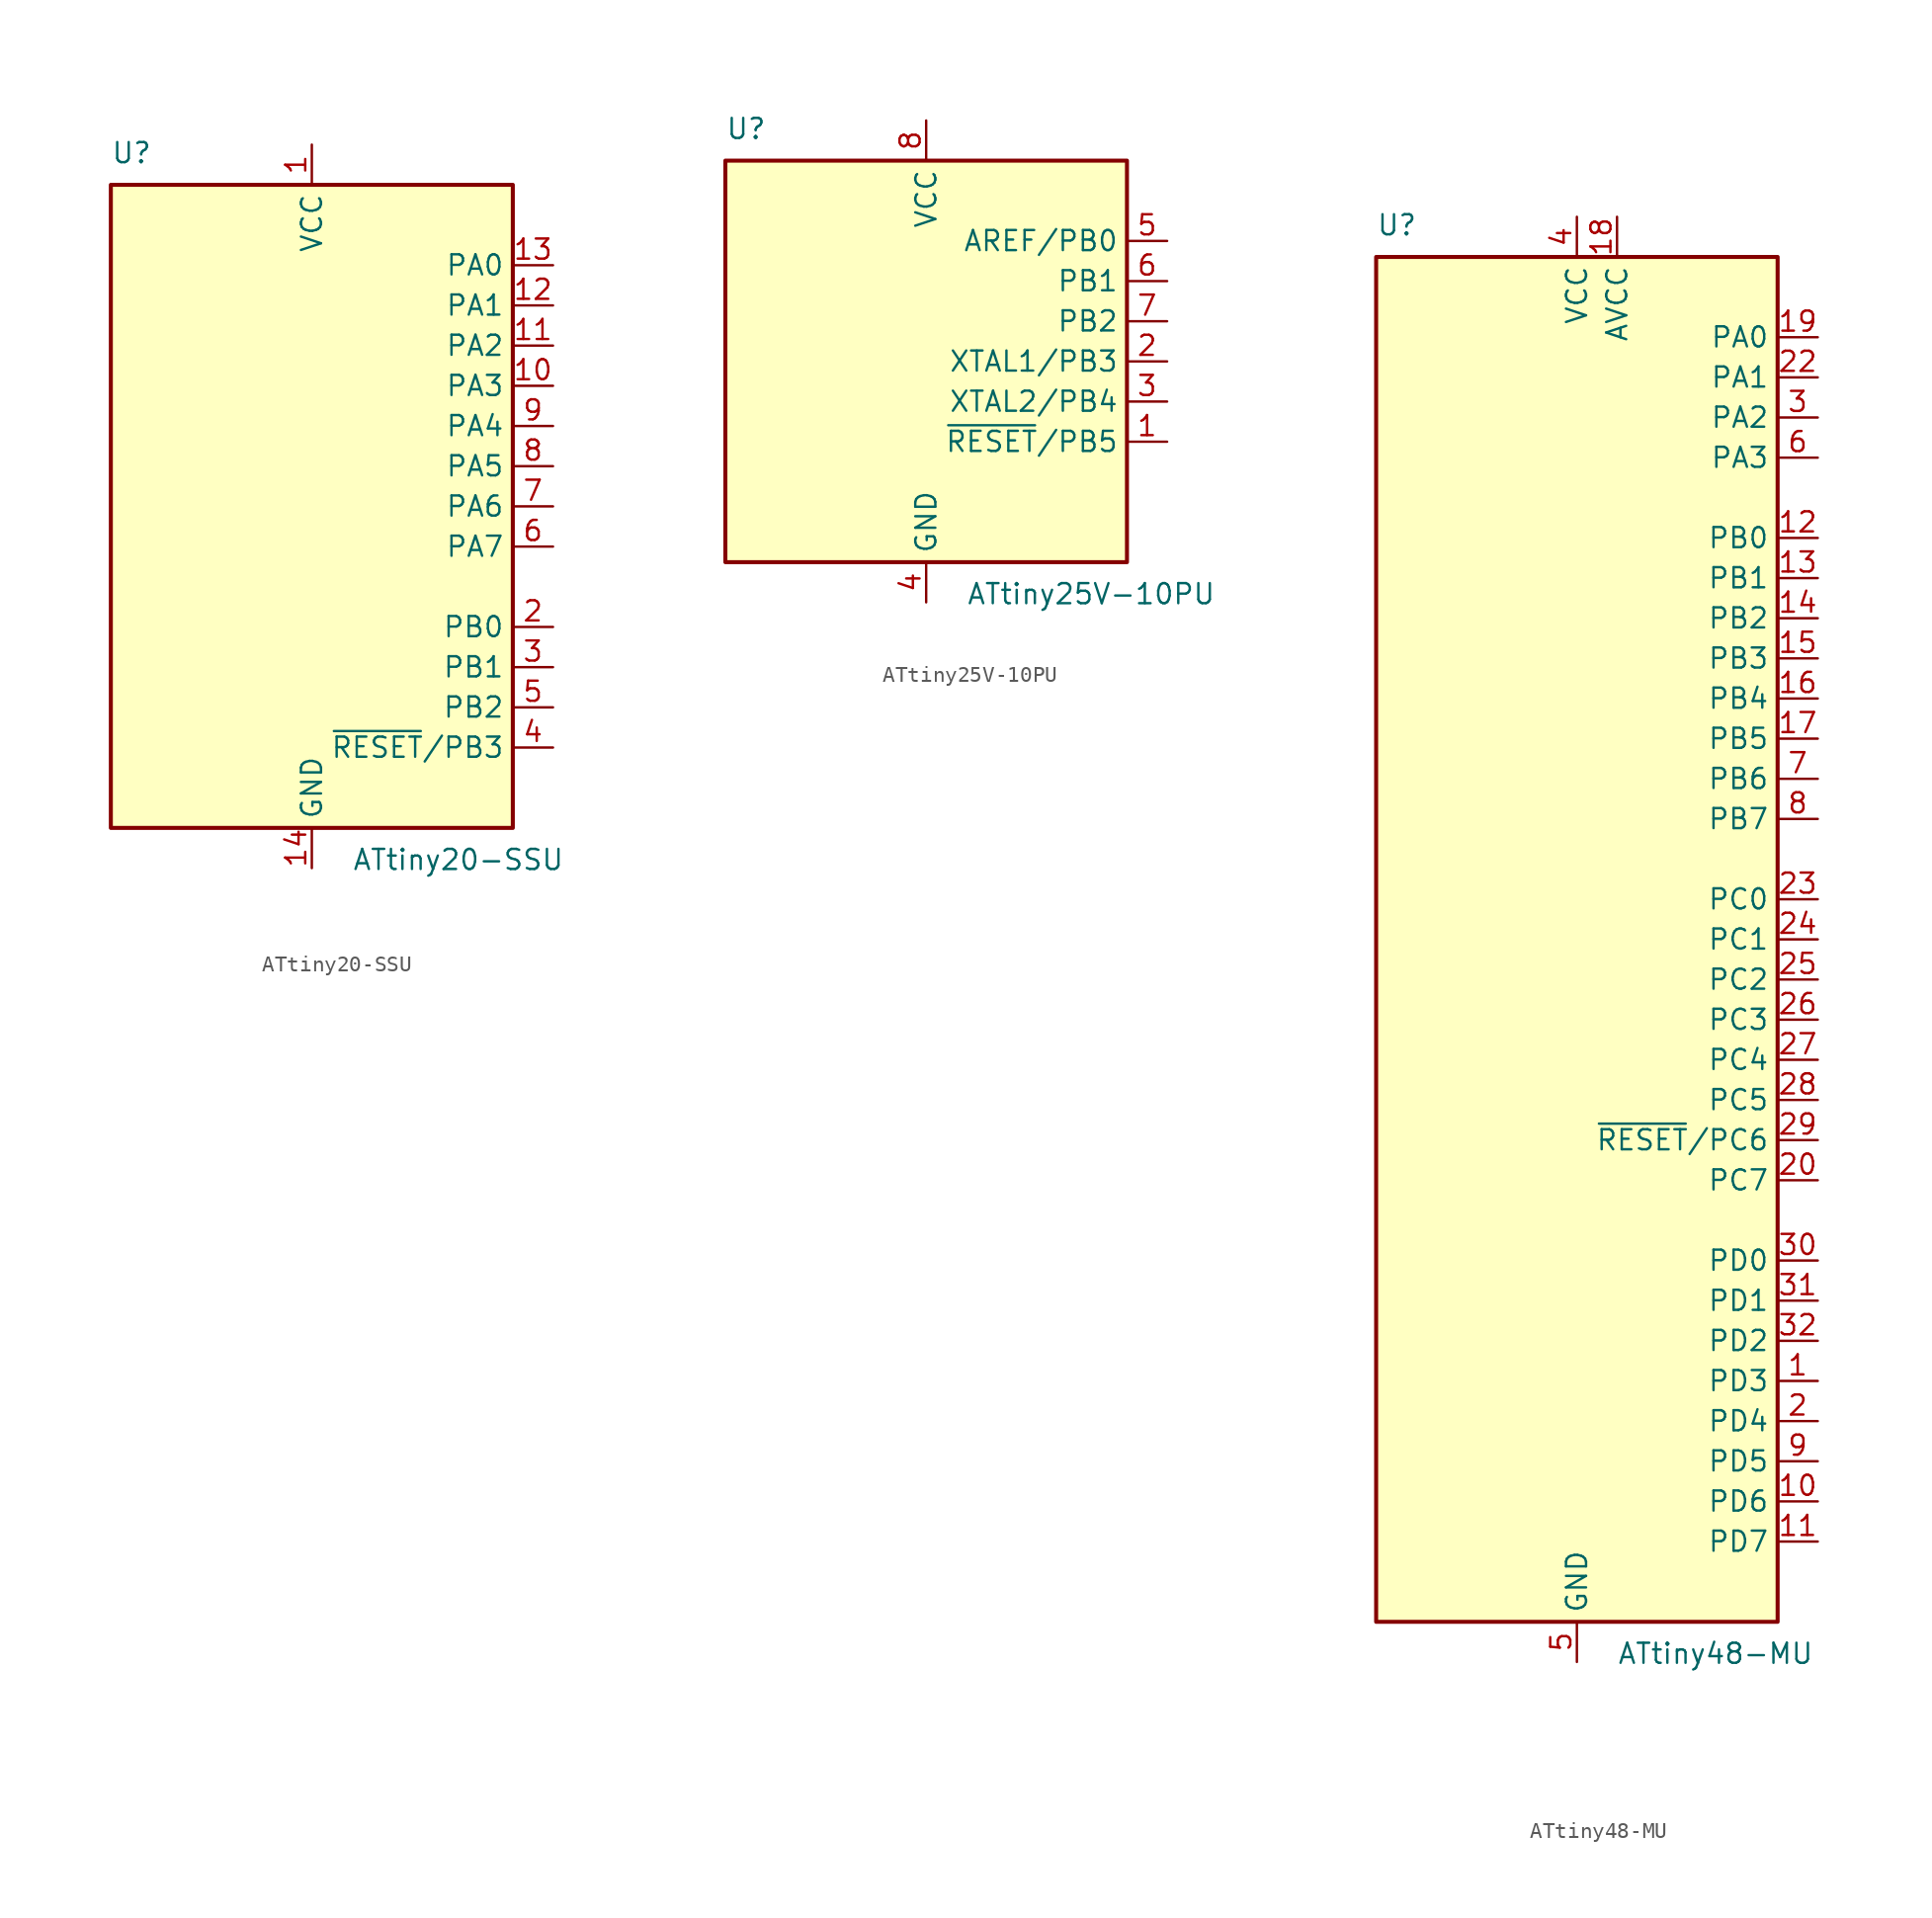
<source format=kicad_sym>
(kicad_symbol_lib
  (version 20211014)
  (generator kicad_symbol_editor)
  (symbol "ATtiny20-SSU"
    (property "Reference" "U"
      (at -12.7 21.59 0)
      (effects (font (size 1.27 1.27)) (justify left bottom)))
    (property "Value" "ATtiny20-SSU"
      (at 2.54 -21.59 0)
      (effects (font (size 1.27 1.27)) (justify left top)))
    (symbol "ATtiny20-SSU_0_1"
      (rectangle (start -12.7 -20.32) (end 12.7 20.32) (stroke (width 0.254) (type default) (color 0 0 0 0)) (fill (type background))))
    (symbol "ATtiny20-SSU_1_1"
      (pin power_in line (at 0 22.86 270) (length 2.54) (name "VCC" (effects (font (size 1.27 1.27)))) (number "1" (effects (font (size 1.27 1.27)))))
      (pin bidirectional line (at 15.24 7.62 180) (length 2.54) (name "PA3" (effects (font (size 1.27 1.27)))) (number "10" (effects (font (size 1.27 1.27)))))
      (pin bidirectional line (at 15.24 10.16 180) (length 2.54) (name "PA2" (effects (font (size 1.27 1.27)))) (number "11" (effects (font (size 1.27 1.27)))))
      (pin bidirectional line (at 15.24 12.7 180) (length 2.54) (name "PA1" (effects (font (size 1.27 1.27)))) (number "12" (effects (font (size 1.27 1.27)))))
      (pin bidirectional line (at 15.24 15.24 180) (length 2.54) (name "PA0" (effects (font (size 1.27 1.27)))) (number "13" (effects (font (size 1.27 1.27)))))
      (pin power_in line (at 0 -22.86 90) (length 2.54) (name "GND" (effects (font (size 1.27 1.27)))) (number "14" (effects (font (size 1.27 1.27)))))
      (pin bidirectional line (at 15.24 -7.62 180) (length 2.54) (name "PB0" (effects (font (size 1.27 1.27)))) (number "2" (effects (font (size 1.27 1.27)))))
      (pin bidirectional line (at 15.24 -10.16 180) (length 2.54) (name "PB1" (effects (font (size 1.27 1.27)))) (number "3" (effects (font (size 1.27 1.27)))))
      (pin bidirectional line (at 15.24 -15.24 180) (length 2.54) (name "~{RESET}/PB3" (effects (font (size 1.27 1.27)))) (number "4" (effects (font (size 1.27 1.27)))))
      (pin bidirectional line (at 15.24 -12.7 180) (length 2.54) (name "PB2" (effects (font (size 1.27 1.27)))) (number "5" (effects (font (size 1.27 1.27)))))
      (pin bidirectional line (at 15.24 -2.54 180) (length 2.54) (name "PA7" (effects (font (size 1.27 1.27)))) (number "6" (effects (font (size 1.27 1.27)))))
      (pin bidirectional line (at 15.24 0 180) (length 2.54) (name "PA6" (effects (font (size 1.27 1.27)))) (number "7" (effects (font (size 1.27 1.27)))))
      (pin bidirectional line (at 15.24 2.54 180) (length 2.54) (name "PA5" (effects (font (size 1.27 1.27)))) (number "8" (effects (font (size 1.27 1.27)))))
      (pin bidirectional line (at 15.24 5.08 180) (length 2.54) (name "PA4" (effects (font (size 1.27 1.27)))) (number "9" (effects (font (size 1.27 1.27)))))))
  (symbol "ATtiny25V-10PU"
    (property "Reference" "U"
      (at -12.7 13.97 0)
      (effects (font (size 1.27 1.27)) (justify left bottom)))
    (property "Value" "ATtiny25V-10PU"
      (at 2.54 -13.97 0)
      (effects (font (size 1.27 1.27)) (justify left top)))
    (symbol "ATtiny25V-10PU_0_1"
      (rectangle (start -12.7 -12.7) (end 12.7 12.7) (stroke (width 0.254) (type default) (color 0 0 0 0)) (fill (type background))))
    (symbol "ATtiny25V-10PU_1_1"
      (pin bidirectional line (at 15.24 -5.08 180) (length 2.54) (name "~{RESET}/PB5" (effects (font (size 1.27 1.27)))) (number "1" (effects (font (size 1.27 1.27)))))
      (pin bidirectional line (at 15.24 0 180) (length 2.54) (name "XTAL1/PB3" (effects (font (size 1.27 1.27)))) (number "2" (effects (font (size 1.27 1.27)))))
      (pin bidirectional line (at 15.24 -2.54 180) (length 2.54) (name "XTAL2/PB4" (effects (font (size 1.27 1.27)))) (number "3" (effects (font (size 1.27 1.27)))))
      (pin power_in line (at 0 -15.24 90) (length 2.54) (name "GND" (effects (font (size 1.27 1.27)))) (number "4" (effects (font (size 1.27 1.27)))))
      (pin bidirectional line (at 15.24 7.62 180) (length 2.54) (name "AREF/PB0" (effects (font (size 1.27 1.27)))) (number "5" (effects (font (size 1.27 1.27)))))
      (pin bidirectional line (at 15.24 5.08 180) (length 2.54) (name "PB1" (effects (font (size 1.27 1.27)))) (number "6" (effects (font (size 1.27 1.27)))))
      (pin bidirectional line (at 15.24 2.54 180) (length 2.54) (name "PB2" (effects (font (size 1.27 1.27)))) (number "7" (effects (font (size 1.27 1.27)))))
      (pin power_in line (at 0 15.24 270) (length 2.54) (name "VCC" (effects (font (size 1.27 1.27)))) (number "8" (effects (font (size 1.27 1.27)))))))
  (symbol "ATtiny48-MU"
    (property "Reference" "U"
      (at -12.7 44.45 0)
      (effects (font (size 1.27 1.27)) (justify left bottom)))
    (property "Value" "ATtiny48-MU"
      (at 2.54 -44.45 0)
      (effects (font (size 1.27 1.27)) (justify left top)))
    (symbol "ATtiny48-MU_0_1"
      (rectangle (start -12.7 -43.18) (end 12.7 43.18) (stroke (width 0.254) (type default) (color 0 0 0 0)) (fill (type background))))
    (symbol "ATtiny48-MU_1_1"
      (pin bidirectional line (at 15.24 -27.94 180) (length 2.54) (name "PD3" (effects (font (size 1.27 1.27)))) (number "1" (effects (font (size 1.27 1.27)))))
      (pin bidirectional line (at 15.24 -35.56 180) (length 2.54) (name "PD6" (effects (font (size 1.27 1.27)))) (number "10" (effects (font (size 1.27 1.27)))))
      (pin bidirectional line (at 15.24 -38.1 180) (length 2.54) (name "PD7" (effects (font (size 1.27 1.27)))) (number "11" (effects (font (size 1.27 1.27)))))
      (pin bidirectional line (at 15.24 25.4 180) (length 2.54) (name "PB0" (effects (font (size 1.27 1.27)))) (number "12" (effects (font (size 1.27 1.27)))))
      (pin bidirectional line (at 15.24 22.86 180) (length 2.54) (name "PB1" (effects (font (size 1.27 1.27)))) (number "13" (effects (font (size 1.27 1.27)))))
      (pin bidirectional line (at 15.24 20.32 180) (length 2.54) (name "PB2" (effects (font (size 1.27 1.27)))) (number "14" (effects (font (size 1.27 1.27)))))
      (pin bidirectional line (at 15.24 17.78 180) (length 2.54) (name "PB3" (effects (font (size 1.27 1.27)))) (number "15" (effects (font (size 1.27 1.27)))))
      (pin bidirectional line (at 15.24 15.24 180) (length 2.54) (name "PB4" (effects (font (size 1.27 1.27)))) (number "16" (effects (font (size 1.27 1.27)))))
      (pin bidirectional line (at 15.24 12.7 180) (length 2.54) (name "PB5" (effects (font (size 1.27 1.27)))) (number "17" (effects (font (size 1.27 1.27)))))
      (pin power_in line (at 2.54 45.72 270) (length 2.54) (name "AVCC" (effects (font (size 1.27 1.27)))) (number "18" (effects (font (size 1.27 1.27)))))
      (pin bidirectional line (at 15.24 38.1 180) (length 2.54) (name "PA0" (effects (font (size 1.27 1.27)))) (number "19" (effects (font (size 1.27 1.27)))))
      (pin bidirectional line (at 15.24 -30.48 180) (length 2.54) (name "PD4" (effects (font (size 1.27 1.27)))) (number "2" (effects (font (size 1.27 1.27)))))
      (pin bidirectional line (at 15.24 -15.24 180) (length 2.54) (name "PC7" (effects (font (size 1.27 1.27)))) (number "20" (effects (font (size 1.27 1.27)))))
      (pin passive line (at 0 -45.72 90) (length 2.54) hide (name "GND" (effects (font (size 1.27 1.27)))) (number "21" (effects (font (size 1.27 1.27)))))
      (pin bidirectional line (at 15.24 35.56 180) (length 2.54) (name "PA1" (effects (font (size 1.27 1.27)))) (number "22" (effects (font (size 1.27 1.27)))))
      (pin bidirectional line (at 15.24 2.54 180) (length 2.54) (name "PC0" (effects (font (size 1.27 1.27)))) (number "23" (effects (font (size 1.27 1.27)))))
      (pin bidirectional line (at 15.24 0 180) (length 2.54) (name "PC1" (effects (font (size 1.27 1.27)))) (number "24" (effects (font (size 1.27 1.27)))))
      (pin bidirectional line (at 15.24 -2.54 180) (length 2.54) (name "PC2" (effects (font (size 1.27 1.27)))) (number "25" (effects (font (size 1.27 1.27)))))
      (pin bidirectional line (at 15.24 -5.08 180) (length 2.54) (name "PC3" (effects (font (size 1.27 1.27)))) (number "26" (effects (font (size 1.27 1.27)))))
      (pin bidirectional line (at 15.24 -7.62 180) (length 2.54) (name "PC4" (effects (font (size 1.27 1.27)))) (number "27" (effects (font (size 1.27 1.27)))))
      (pin bidirectional line (at 15.24 -10.16 180) (length 2.54) (name "PC5" (effects (font (size 1.27 1.27)))) (number "28" (effects (font (size 1.27 1.27)))))
      (pin bidirectional line (at 15.24 -12.7 180) (length 2.54) (name "~{RESET}/PC6" (effects (font (size 1.27 1.27)))) (number "29" (effects (font (size 1.27 1.27)))))
      (pin bidirectional line (at 15.24 33.02 180) (length 2.54) (name "PA2" (effects (font (size 1.27 1.27)))) (number "3" (effects (font (size 1.27 1.27)))))
      (pin bidirectional line (at 15.24 -20.32 180) (length 2.54) (name "PD0" (effects (font (size 1.27 1.27)))) (number "30" (effects (font (size 1.27 1.27)))))
      (pin bidirectional line (at 15.24 -22.86 180) (length 2.54) (name "PD1" (effects (font (size 1.27 1.27)))) (number "31" (effects (font (size 1.27 1.27)))))
      (pin bidirectional line (at 15.24 -25.4 180) (length 2.54) (name "PD2" (effects (font (size 1.27 1.27)))) (number "32" (effects (font (size 1.27 1.27)))))
      (pin passive line (at 0 -45.72 90) (length 2.54) hide (name "GND" (effects (font (size 1.27 1.27)))) (number "33" (effects (font (size 1.27 1.27)))))
      (pin power_in line (at 0 45.72 270) (length 2.54) (name "VCC" (effects (font (size 1.27 1.27)))) (number "4" (effects (font (size 1.27 1.27)))))
      (pin power_in line (at 0 -45.72 90) (length 2.54) (name "GND" (effects (font (size 1.27 1.27)))) (number "5" (effects (font (size 1.27 1.27)))))
      (pin bidirectional line (at 15.24 30.48 180) (length 2.54) (name "PA3" (effects (font (size 1.27 1.27)))) (number "6" (effects (font (size 1.27 1.27)))))
      (pin bidirectional line (at 15.24 10.16 180) (length 2.54) (name "PB6" (effects (font (size 1.27 1.27)))) (number "7" (effects (font (size 1.27 1.27)))))
      (pin bidirectional line (at 15.24 7.62 180) (length 2.54) (name "PB7" (effects (font (size 1.27 1.27)))) (number "8" (effects (font (size 1.27 1.27)))))
      (pin bidirectional line (at 15.24 -33.02 180) (length 2.54) (name "PD5" (effects (font (size 1.27 1.27)))) (number "9" (effects (font (size 1.27 1.27))))))))
</source>
